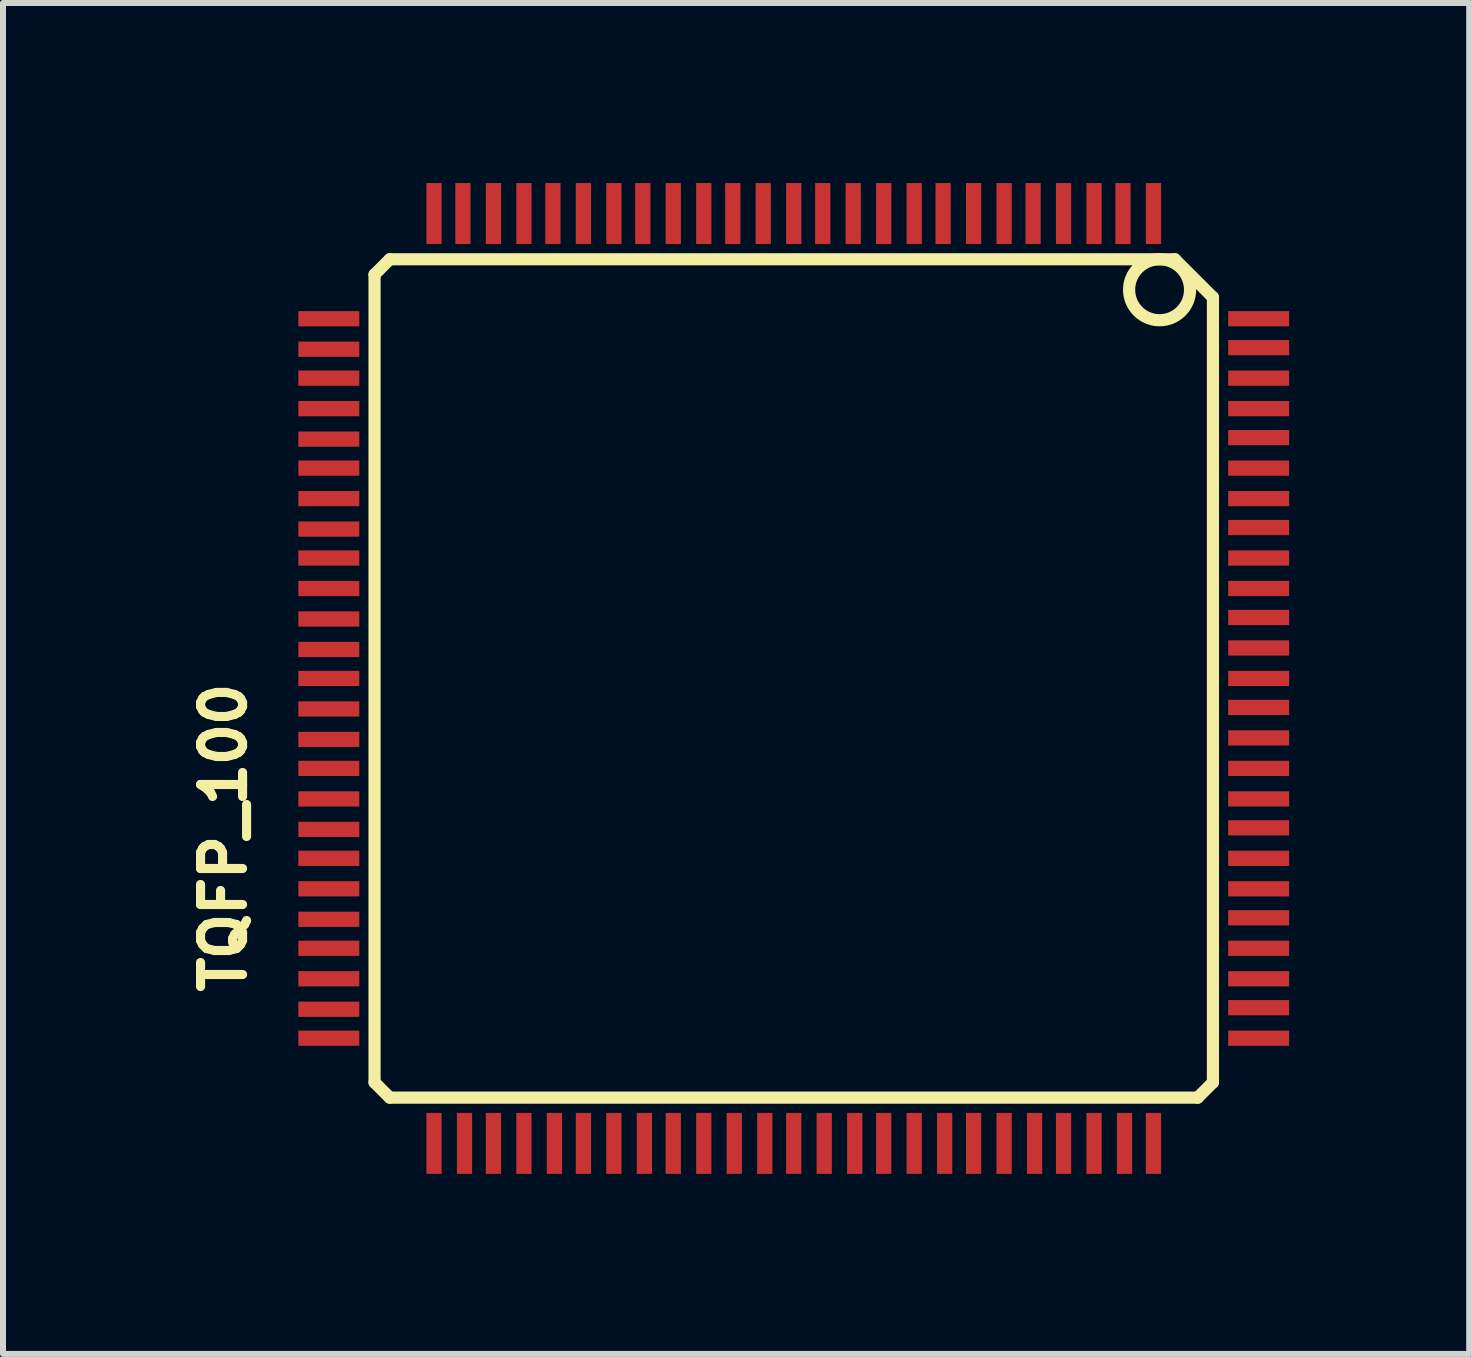
<source format=kicad_pcb>
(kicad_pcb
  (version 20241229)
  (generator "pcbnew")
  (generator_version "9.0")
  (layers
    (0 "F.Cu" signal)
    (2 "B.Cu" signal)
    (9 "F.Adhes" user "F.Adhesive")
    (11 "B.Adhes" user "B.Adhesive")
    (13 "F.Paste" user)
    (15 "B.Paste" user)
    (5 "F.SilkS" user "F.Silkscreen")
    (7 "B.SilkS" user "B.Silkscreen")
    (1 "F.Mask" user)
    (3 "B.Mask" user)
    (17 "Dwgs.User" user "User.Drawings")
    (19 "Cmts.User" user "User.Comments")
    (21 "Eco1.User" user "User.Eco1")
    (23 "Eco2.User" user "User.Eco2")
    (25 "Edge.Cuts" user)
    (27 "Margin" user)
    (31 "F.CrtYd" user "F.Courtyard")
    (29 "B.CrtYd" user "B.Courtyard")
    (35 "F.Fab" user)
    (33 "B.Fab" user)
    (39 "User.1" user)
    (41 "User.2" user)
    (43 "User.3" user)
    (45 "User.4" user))
  (footprint "TQFP_100"
    (layer "F.Cu")
    (at 10.176 8.255)
    (property "Reference" "TQFP_100" (at -9.5 2.65 90) (layer "F.SilkS") (effects (font (size 0.7 0.7) (thickness 0.152))))
    (attr smd)
    (fp_line (start -6.985 -6.731) (end -6.985 6.731) (stroke (width 0.203) (type solid)) (layer "F.SilkS"))
    (fp_line (start -6.985 -6.731) (end -6.731 -6.985) (stroke (width 0.203) (type solid)) (layer "F.SilkS"))
    (fp_line (start -6.985 6.731) (end -6.731 6.985) (stroke (width 0.203) (type solid)) (layer "F.SilkS"))
    (fp_line (start -6.731 6.985) (end 6.731 6.985) (stroke (width 0.203) (type solid)) (layer "F.SilkS"))
    (fp_line (start 6.35 -6.985) (end -6.731 -6.985) (stroke (width 0.203) (type solid)) (layer "F.SilkS"))
    (fp_line (start 6.731 6.985) (end 6.985 6.731) (stroke (width 0.203) (type solid)) (layer "F.SilkS"))
    (fp_line (start 6.985 -6.35) (end 6.35 -6.985) (stroke (width 0.203) (type solid)) (layer "F.SilkS"))
    (fp_line (start 6.985 6.731) (end 6.985 -6.35) (stroke (width 0.203) (type solid)) (layer "F.SilkS"))
    (fp_circle (center 6.096 -6.477) (end 6.096 -6.985) (stroke (width 0.203) (type solid)) (fill no) (layer "F.SilkS"))
    (pad "1" smd rect (at 5.994 -7.747) (size 0.254 1.016) (layers "F.Cu" "F.Mask" "F.Paste"))
    (pad "2" smd rect (at 5.486 -7.747) (size 0.254 1.016) (layers "F.Cu" "F.Mask" "F.Paste"))
    (pad "3" smd rect (at 5.004 -7.747) (size 0.254 1.016) (layers "F.Cu" "F.Mask" "F.Paste"))
    (pad "4" smd rect (at 4.496 -7.747) (size 0.254 1.016) (layers "F.Cu" "F.Mask" "F.Paste"))
    (pad "5" smd rect (at 3.988 -7.747) (size 0.254 1.016) (layers "F.Cu" "F.Mask" "F.Paste"))
    (pad "6" smd rect (at 3.505 -7.747) (size 0.254 1.016) (layers "F.Cu" "F.Mask" "F.Paste"))
    (pad "7" smd rect (at 2.997 -7.747) (size 0.254 1.016) (layers "F.Cu" "F.Mask" "F.Paste"))
    (pad "8" smd rect (at 2.489 -7.747) (size 0.254 1.016) (layers "F.Cu" "F.Mask" "F.Paste"))
    (pad "9" smd rect (at 2.007 -7.747) (size 0.254 1.016) (layers "F.Cu" "F.Mask" "F.Paste"))
    (pad "10" smd rect (at 1.499 -7.747) (size 0.254 1.016) (layers "F.Cu" "F.Mask" "F.Paste"))
    (pad "11" smd rect (at 0.991 -7.747) (size 0.254 1.016) (layers "F.Cu" "F.Mask" "F.Paste"))
    (pad "12" smd rect (at 0.483 -7.747) (size 0.254 1.016) (layers "F.Cu" "F.Mask" "F.Paste"))
    (pad "13" smd rect (at 0 -7.747) (size 0.254 1.016) (layers "F.Cu" "F.Mask" "F.Paste"))
    (pad "14" smd rect (at -0.508 -7.747) (size 0.254 1.016) (layers "F.Cu" "F.Mask" "F.Paste"))
    (pad "15" smd rect (at -1.016 -7.747) (size 0.254 1.016) (layers "F.Cu" "F.Mask" "F.Paste"))
    (pad "16" smd rect (at -1.499 -7.747) (size 0.254 1.016) (layers "F.Cu" "F.Mask" "F.Paste"))
    (pad "17" smd rect (at -2.007 -7.747) (size 0.254 1.016) (layers "F.Cu" "F.Mask" "F.Paste"))
    (pad "18" smd rect (at -2.515 -7.747) (size 0.254 1.016) (layers "F.Cu" "F.Mask" "F.Paste"))
    (pad "19" smd rect (at -2.997 -7.747) (size 0.254 1.016) (layers "F.Cu" "F.Mask" "F.Paste"))
    (pad "20" smd rect (at -3.505 -7.747) (size 0.254 1.016) (layers "F.Cu" "F.Mask" "F.Paste"))
    (pad "21" smd rect (at -4.013 -7.747) (size 0.254 1.016) (layers "F.Cu" "F.Mask" "F.Paste"))
    (pad "22" smd rect (at -4.496 -7.747) (size 0.254 1.016) (layers "F.Cu" "F.Mask" "F.Paste"))
    (pad "23" smd rect (at -5.004 -7.747) (size 0.254 1.016) (layers "F.Cu" "F.Mask" "F.Paste"))
    (pad "24" smd rect (at -5.512 -7.747) (size 0.254 1.016) (layers "F.Cu" "F.Mask" "F.Paste"))
    (pad "25" smd rect (at -5.994 -7.747) (size 0.254 1.016) (layers "F.Cu" "F.Mask" "F.Paste"))
    (pad "26" smd rect (at -7.747 -5.994) (size 1.016 0.254) (layers "F.Cu" "F.Mask" "F.Paste"))
    (pad "27" smd rect (at -7.747 -5.486) (size 1.016 0.254) (layers "F.Cu" "F.Mask" "F.Paste"))
    (pad "28" smd rect (at -7.747 -5.004) (size 1.016 0.254) (layers "F.Cu" "F.Mask" "F.Paste"))
    (pad "29" smd rect (at -7.747 -4.496) (size 1.016 0.254) (layers "F.Cu" "F.Mask" "F.Paste"))
    (pad "30" smd rect (at -7.747 -3.988) (size 1.016 0.254) (layers "F.Cu" "F.Mask" "F.Paste"))
    (pad "31" smd rect (at -7.747 -3.505) (size 1.016 0.254) (layers "F.Cu" "F.Mask" "F.Paste"))
    (pad "32" smd rect (at -7.747 -2.997) (size 1.016 0.254) (layers "F.Cu" "F.Mask" "F.Paste"))
    (pad "33" smd rect (at -7.747 -2.489) (size 1.016 0.254) (layers "F.Cu" "F.Mask" "F.Paste"))
    (pad "34" smd rect (at -7.747 -2.007) (size 1.016 0.254) (layers "F.Cu" "F.Mask" "F.Paste"))
    (pad "35" smd rect (at -7.747 -1.499) (size 1.016 0.254) (layers "F.Cu" "F.Mask" "F.Paste"))
    (pad "36" smd rect (at -7.747 -0.991) (size 1.016 0.254) (layers "F.Cu" "F.Mask" "F.Paste"))
    (pad "37" smd rect (at -7.747 -0.483) (size 1.016 0.254) (layers "F.Cu" "F.Mask" "F.Paste"))
    (pad "38" smd rect (at -7.747 0) (size 1.016 0.254) (layers "F.Cu" "F.Mask" "F.Paste"))
    (pad "39" smd rect (at -7.747 0.508) (size 1.016 0.254) (layers "F.Cu" "F.Mask" "F.Paste"))
    (pad "40" smd rect (at -7.747 1.016) (size 1.016 0.254) (layers "F.Cu" "F.Mask" "F.Paste"))
    (pad "41" smd rect (at -7.747 1.499) (size 1.016 0.254) (layers "F.Cu" "F.Mask" "F.Paste"))
    (pad "42" smd rect (at -7.747 2.007) (size 1.016 0.254) (layers "F.Cu" "F.Mask" "F.Paste"))
    (pad "43" smd rect (at -7.747 2.515) (size 1.016 0.254) (layers "F.Cu" "F.Mask" "F.Paste"))
    (pad "44" smd rect (at -7.747 2.997) (size 1.016 0.254) (layers "F.Cu" "F.Mask" "F.Paste"))
    (pad "45" smd rect (at -7.747 3.505) (size 1.016 0.254) (layers "F.Cu" "F.Mask" "F.Paste"))
    (pad "46" smd rect (at -7.747 4.013) (size 1.016 0.254) (layers "F.Cu" "F.Mask" "F.Paste"))
    (pad "47" smd rect (at -7.747 4.496) (size 1.016 0.254) (layers "F.Cu" "F.Mask" "F.Paste"))
    (pad "48" smd rect (at -7.747 5.004) (size 1.016 0.254) (layers "F.Cu" "F.Mask" "F.Paste"))
    (pad "49" smd rect (at -7.747 5.512) (size 1.016 0.254) (layers "F.Cu" "F.Mask" "F.Paste"))
    (pad "50" smd rect (at -7.747 5.994) (size 1.016 0.254) (layers "F.Cu" "F.Mask" "F.Paste"))
    (pad "51" smd rect (at -5.994 7.747) (size 0.254 1.016) (layers "F.Cu" "F.Mask" "F.Paste"))
    (pad "52" smd rect (at -5.486 7.747) (size 0.254 1.016) (layers "F.Cu" "F.Mask" "F.Paste"))
    (pad "53" smd rect (at -5.004 7.747) (size 0.254 1.016) (layers "F.Cu" "F.Mask" "F.Paste"))
    (pad "54" smd rect (at -4.496 7.747) (size 0.254 1.016) (layers "F.Cu" "F.Mask" "F.Paste"))
    (pad "55" smd rect (at -3.988 7.747) (size 0.254 1.016) (layers "F.Cu" "F.Mask" "F.Paste"))
    (pad "56" smd rect (at -3.505 7.747) (size 0.254 1.016) (layers "F.Cu" "F.Mask" "F.Paste"))
    (pad "57" smd rect (at -2.997 7.747) (size 0.254 1.016) (layers "F.Cu" "F.Mask" "F.Paste"))
    (pad "58" smd rect (at -2.489 7.747) (size 0.254 1.016) (layers "F.Cu" "F.Mask" "F.Paste"))
    (pad "59" smd rect (at -2.007 7.747) (size 0.254 1.016) (layers "F.Cu" "F.Mask" "F.Paste"))
    (pad "60" smd rect (at -1.499 7.747) (size 0.254 1.016) (layers "F.Cu" "F.Mask" "F.Paste"))
    (pad "61" smd rect (at -0.991 7.747) (size 0.254 1.016) (layers "F.Cu" "F.Mask" "F.Paste"))
    (pad "62" smd rect (at -0.483 7.747) (size 0.254 1.016) (layers "F.Cu" "F.Mask" "F.Paste"))
    (pad "63" smd rect (at 0 7.747) (size 0.254 1.016) (layers "F.Cu" "F.Mask" "F.Paste"))
    (pad "64" smd rect (at 0.508 7.747) (size 0.254 1.016) (layers "F.Cu" "F.Mask" "F.Paste"))
    (pad "65" smd rect (at 1.016 7.747) (size 0.254 1.016) (layers "F.Cu" "F.Mask" "F.Paste"))
    (pad "66" smd rect (at 1.499 7.747) (size 0.254 1.016) (layers "F.Cu" "F.Mask" "F.Paste"))
    (pad "67" smd rect (at 2.007 7.747) (size 0.254 1.016) (layers "F.Cu" "F.Mask" "F.Paste"))
    (pad "68" smd rect (at 2.515 7.747) (size 0.254 1.016) (layers "F.Cu" "F.Mask" "F.Paste"))
    (pad "69" smd rect (at 2.997 7.747) (size 0.254 1.016) (layers "F.Cu" "F.Mask" "F.Paste"))
    (pad "70" smd rect (at 3.505 7.747) (size 0.254 1.016) (layers "F.Cu" "F.Mask" "F.Paste"))
    (pad "71" smd rect (at 4.013 7.747) (size 0.254 1.016) (layers "F.Cu" "F.Mask" "F.Paste"))
    (pad "72" smd rect (at 4.496 7.747) (size 0.254 1.016) (layers "F.Cu" "F.Mask" "F.Paste"))
    (pad "73" smd rect (at 5.004 7.747) (size 0.254 1.016) (layers "F.Cu" "F.Mask" "F.Paste"))
    (pad "74" smd rect (at 5.512 7.747) (size 0.254 1.016) (layers "F.Cu" "F.Mask" "F.Paste"))
    (pad "75" smd rect (at 5.994 7.747) (size 0.254 1.016) (layers "F.Cu" "F.Mask" "F.Paste"))
    (pad "76" smd rect (at 7.747 5.994) (size 1.016 0.254) (layers "F.Cu" "F.Mask" "F.Paste"))
    (pad "77" smd rect (at 7.747 5.486) (size 1.016 0.254) (layers "F.Cu" "F.Mask" "F.Paste"))
    (pad "78" smd rect (at 7.747 5.004) (size 1.016 0.254) (layers "F.Cu" "F.Mask" "F.Paste"))
    (pad "79" smd rect (at 7.747 4.496) (size 1.016 0.254) (layers "F.Cu" "F.Mask" "F.Paste"))
    (pad "80" smd rect (at 7.747 3.988) (size 1.016 0.254) (layers "F.Cu" "F.Mask" "F.Paste"))
    (pad "81" smd rect (at 7.747 3.505) (size 1.016 0.254) (layers "F.Cu" "F.Mask" "F.Paste"))
    (pad "82" smd rect (at 7.747 2.997) (size 1.016 0.254) (layers "F.Cu" "F.Mask" "F.Paste"))
    (pad "83" smd rect (at 7.747 2.489) (size 1.016 0.254) (layers "F.Cu" "F.Mask" "F.Paste"))
    (pad "84" smd rect (at 7.747 2.007) (size 1.016 0.254) (layers "F.Cu" "F.Mask" "F.Paste"))
    (pad "85" smd rect (at 7.747 1.499) (size 1.016 0.254) (layers "F.Cu" "F.Mask" "F.Paste"))
    (pad "86" smd rect (at 7.747 0.991) (size 1.016 0.254) (layers "F.Cu" "F.Mask" "F.Paste"))
    (pad "87" smd rect (at 7.747 0.483) (size 1.016 0.254) (layers "F.Cu" "F.Mask" "F.Paste"))
    (pad "88" smd rect (at 7.747 0) (size 1.016 0.254) (layers "F.Cu" "F.Mask" "F.Paste"))
    (pad "89" smd rect (at 7.747 -0.508) (size 1.016 0.254) (layers "F.Cu" "F.Mask" "F.Paste"))
    (pad "90" smd rect (at 7.747 -1.016) (size 1.016 0.254) (layers "F.Cu" "F.Mask" "F.Paste"))
    (pad "91" smd rect (at 7.747 -1.499) (size 1.016 0.254) (layers "F.Cu" "F.Mask" "F.Paste"))
    (pad "92" smd rect (at 7.747 -2.007) (size 1.016 0.254) (layers "F.Cu" "F.Mask" "F.Paste"))
    (pad "93" smd rect (at 7.747 -2.515) (size 1.016 0.254) (layers "F.Cu" "F.Mask" "F.Paste"))
    (pad "94" smd rect (at 7.747 -2.997) (size 1.016 0.254) (layers "F.Cu" "F.Mask" "F.Paste"))
    (pad "95" smd rect (at 7.747 -3.505) (size 1.016 0.254) (layers "F.Cu" "F.Mask" "F.Paste"))
    (pad "96" smd rect (at 7.747 -4.013) (size 1.016 0.254) (layers "F.Cu" "F.Mask" "F.Paste"))
    (pad "97" smd rect (at 7.747 -4.496) (size 1.016 0.254) (layers "F.Cu" "F.Mask" "F.Paste"))
    (pad "98" smd rect (at 7.747 -5.004) (size 1.016 0.254) (layers "F.Cu" "F.Mask" "F.Paste"))
    (pad "99" smd rect (at 7.747 -5.512) (size 1.016 0.254) (layers "F.Cu" "F.Mask" "F.Paste"))
    (pad "100" smd rect (at 7.747 -5.994) (size 1.016 0.254) (layers "F.Cu" "F.Mask" "F.Paste")))
  (gr_rect
    (start -3 -3)
    (end 21.431 19.51)
    (stroke (width 0.1) (type default))
    (fill no)
    (layer "Edge.Cuts")))
</source>
